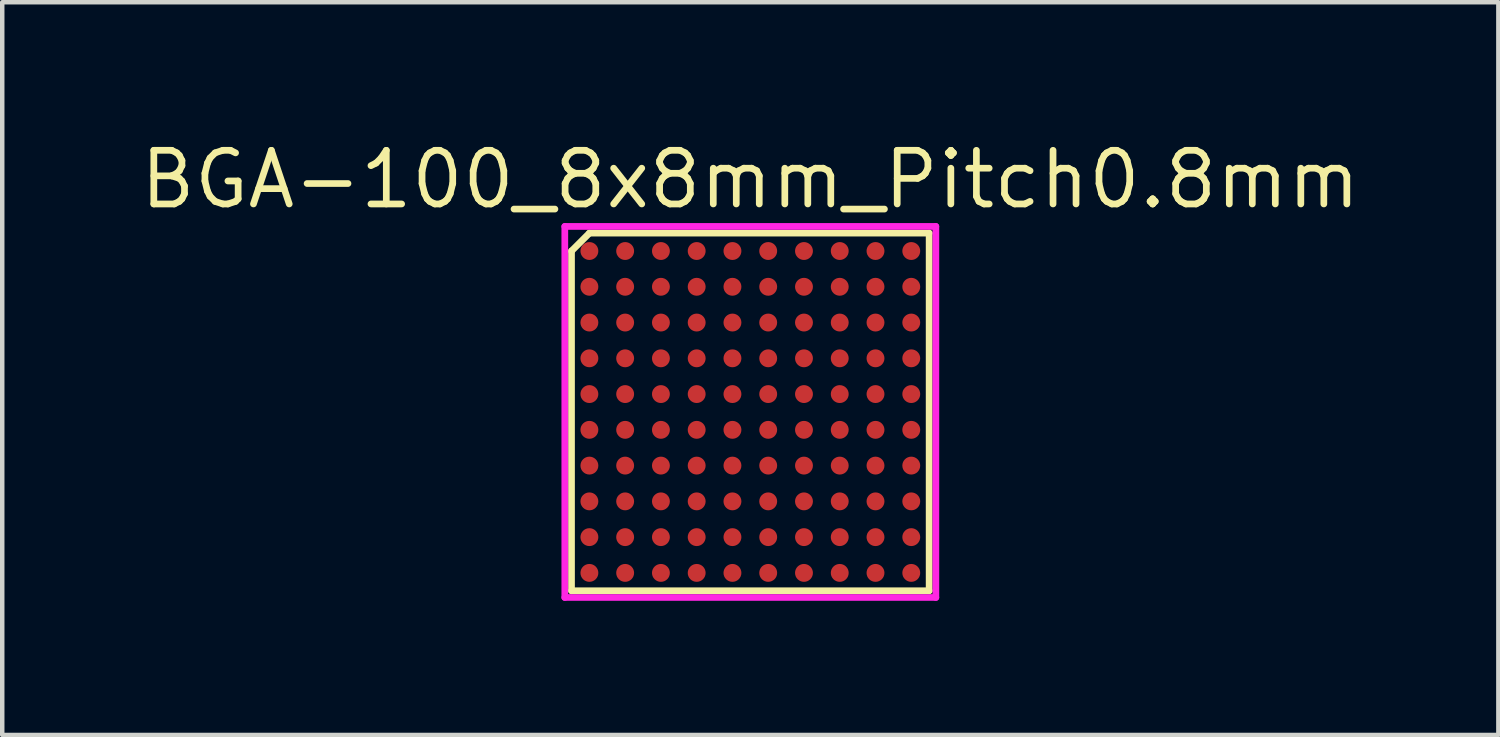
<source format=kicad_pcb>
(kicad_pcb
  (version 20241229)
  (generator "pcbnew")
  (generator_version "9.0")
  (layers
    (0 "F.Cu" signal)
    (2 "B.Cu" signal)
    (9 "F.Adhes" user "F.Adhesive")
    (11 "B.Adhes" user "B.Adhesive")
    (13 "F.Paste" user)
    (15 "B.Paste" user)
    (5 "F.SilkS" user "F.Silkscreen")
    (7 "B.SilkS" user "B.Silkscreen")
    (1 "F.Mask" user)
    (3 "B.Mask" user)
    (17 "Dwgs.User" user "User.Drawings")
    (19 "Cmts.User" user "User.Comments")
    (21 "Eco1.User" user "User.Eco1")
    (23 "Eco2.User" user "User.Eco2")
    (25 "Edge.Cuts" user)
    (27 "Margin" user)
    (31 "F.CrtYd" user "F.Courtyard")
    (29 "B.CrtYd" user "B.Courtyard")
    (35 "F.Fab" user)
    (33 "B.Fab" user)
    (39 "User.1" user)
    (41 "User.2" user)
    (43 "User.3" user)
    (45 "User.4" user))
  (footprint "BGA-100_8x8mm_Pitch0.8mm"
    (layer "F.Cu")
    (at 13.734 6.165)
    (property "Reference" "BGA-100_8x8mm_Pitch0.8mm" (at 0 -5.2 0) (layer "F.SilkS") (effects (font (size 1.2 1.2) (thickness 0.15))))
    (attr through_hole)
    (fp_line (start -4 -3.6) (end -4 4) (stroke (width 0.15) (type solid)) (layer "F.SilkS"))
    (fp_line (start -4 4) (end 4 4) (stroke (width 0.15) (type solid)) (layer "F.SilkS"))
    (fp_line (start -3.6 -4) (end -4 -3.6) (stroke (width 0.15) (type solid)) (layer "F.SilkS"))
    (fp_line (start 4 -4) (end -3.6 -4) (stroke (width 0.15) (type solid)) (layer "F.SilkS"))
    (fp_line (start 4 4) (end 4 -4) (stroke (width 0.15) (type solid)) (layer "F.SilkS"))
    (fp_line (start -4.15 -4.15) (end 4.15 -4.15) (stroke (width 0.15) (type solid)) (layer "F.CrtYd"))
    (fp_line (start -4.15 4.15) (end -4.15 -4.15) (stroke (width 0.15) (type solid)) (layer "F.CrtYd"))
    (fp_line (start 4.15 -4.15) (end 4.15 4.15) (stroke (width 0.15) (type solid)) (layer "F.CrtYd"))
    (fp_line (start 4.15 4.15) (end -4.15 4.15) (stroke (width 0.15) (type solid)) (layer "F.CrtYd"))
    (pad "A1" smd circle (at -3.6 -3.6) (size 0.4 0.4) (layers "F.Cu" "F.Mask" "F.Paste"))
    (pad "A2" smd circle (at -2.8 -3.6) (size 0.4 0.4) (layers "F.Cu" "F.Mask" "F.Paste"))
    (pad "A3" smd circle (at -2 -3.6) (size 0.4 0.4) (layers "F.Cu" "F.Mask" "F.Paste"))
    (pad "A4" smd circle (at -1.2 -3.6) (size 0.4 0.4) (layers "F.Cu" "F.Mask" "F.Paste"))
    (pad "A5" smd circle (at -0.4 -3.6) (size 0.4 0.4) (layers "F.Cu" "F.Mask" "F.Paste"))
    (pad "A6" smd circle (at 0.4 -3.6) (size 0.4 0.4) (layers "F.Cu" "F.Mask" "F.Paste"))
    (pad "A7" smd circle (at 1.2 -3.6) (size 0.4 0.4) (layers "F.Cu" "F.Mask" "F.Paste"))
    (pad "A8" smd circle (at 2 -3.6) (size 0.4 0.4) (layers "F.Cu" "F.Mask" "F.Paste"))
    (pad "A9" smd circle (at 2.8 -3.6) (size 0.4 0.4) (layers "F.Cu" "F.Mask" "F.Paste"))
    (pad "A10" smd circle (at 3.6 -3.6) (size 0.4 0.4) (layers "F.Cu" "F.Mask" "F.Paste"))
    (pad "B1" smd circle (at -3.6 -2.8) (size 0.4 0.4) (layers "F.Cu" "F.Mask" "F.Paste"))
    (pad "B2" smd circle (at -2.8 -2.8) (size 0.4 0.4) (layers "F.Cu" "F.Mask" "F.Paste"))
    (pad "B3" smd circle (at -2 -2.8) (size 0.4 0.4) (layers "F.Cu" "F.Mask" "F.Paste"))
    (pad "B4" smd circle (at -1.2 -2.8) (size 0.4 0.4) (layers "F.Cu" "F.Mask" "F.Paste"))
    (pad "B5" smd circle (at -0.4 -2.8) (size 0.4 0.4) (layers "F.Cu" "F.Mask" "F.Paste"))
    (pad "B6" smd circle (at 0.4 -2.8) (size 0.4 0.4) (layers "F.Cu" "F.Mask" "F.Paste"))
    (pad "B7" smd circle (at 1.2 -2.8) (size 0.4 0.4) (layers "F.Cu" "F.Mask" "F.Paste"))
    (pad "B8" smd circle (at 2 -2.8) (size 0.4 0.4) (layers "F.Cu" "F.Mask" "F.Paste"))
    (pad "B9" smd circle (at 2.8 -2.8) (size 0.4 0.4) (layers "F.Cu" "F.Mask" "F.Paste"))
    (pad "B10" smd circle (at 3.6 -2.8) (size 0.4 0.4) (layers "F.Cu" "F.Mask" "F.Paste"))
    (pad "C1" smd circle (at -3.6 -2) (size 0.4 0.4) (layers "F.Cu" "F.Mask" "F.Paste"))
    (pad "C2" smd circle (at -2.8 -2) (size 0.4 0.4) (layers "F.Cu" "F.Mask" "F.Paste"))
    (pad "C3" smd circle (at -2 -2) (size 0.4 0.4) (layers "F.Cu" "F.Mask" "F.Paste"))
    (pad "C4" smd circle (at -1.2 -2) (size 0.4 0.4) (layers "F.Cu" "F.Mask" "F.Paste"))
    (pad "C5" smd circle (at -0.4 -2) (size 0.4 0.4) (layers "F.Cu" "F.Mask" "F.Paste"))
    (pad "C6" smd circle (at 0.4 -2) (size 0.4 0.4) (layers "F.Cu" "F.Mask" "F.Paste"))
    (pad "C7" smd circle (at 1.2 -2) (size 0.4 0.4) (layers "F.Cu" "F.Mask" "F.Paste"))
    (pad "C8" smd circle (at 2 -2) (size 0.4 0.4) (layers "F.Cu" "F.Mask" "F.Paste"))
    (pad "C9" smd circle (at 2.8 -2) (size 0.4 0.4) (layers "F.Cu" "F.Mask" "F.Paste"))
    (pad "C10" smd circle (at 3.6 -2) (size 0.4 0.4) (layers "F.Cu" "F.Mask" "F.Paste"))
    (pad "D1" smd circle (at -3.6 -1.2) (size 0.4 0.4) (layers "F.Cu" "F.Mask" "F.Paste"))
    (pad "D2" smd circle (at -2.8 -1.2) (size 0.4 0.4) (layers "F.Cu" "F.Mask" "F.Paste"))
    (pad "D3" smd circle (at -2 -1.2) (size 0.4 0.4) (layers "F.Cu" "F.Mask" "F.Paste"))
    (pad "D4" smd circle (at -1.2 -1.2) (size 0.4 0.4) (layers "F.Cu" "F.Mask" "F.Paste"))
    (pad "D5" smd circle (at -0.4 -1.2) (size 0.4 0.4) (layers "F.Cu" "F.Mask" "F.Paste"))
    (pad "D6" smd circle (at 0.4 -1.2) (size 0.4 0.4) (layers "F.Cu" "F.Mask" "F.Paste"))
    (pad "D7" smd circle (at 1.2 -1.2) (size 0.4 0.4) (layers "F.Cu" "F.Mask" "F.Paste"))
    (pad "D8" smd circle (at 2 -1.2) (size 0.4 0.4) (layers "F.Cu" "F.Mask" "F.Paste"))
    (pad "D9" smd circle (at 2.8 -1.2) (size 0.4 0.4) (layers "F.Cu" "F.Mask" "F.Paste"))
    (pad "D10" smd circle (at 3.6 -1.2) (size 0.4 0.4) (layers "F.Cu" "F.Mask" "F.Paste"))
    (pad "E1" smd circle (at -3.6 -0.4) (size 0.4 0.4) (layers "F.Cu" "F.Mask" "F.Paste"))
    (pad "E2" smd circle (at -2.8 -0.4) (size 0.4 0.4) (layers "F.Cu" "F.Mask" "F.Paste"))
    (pad "E3" smd circle (at -2 -0.4) (size 0.4 0.4) (layers "F.Cu" "F.Mask" "F.Paste"))
    (pad "E4" smd circle (at -1.2 -0.4) (size 0.4 0.4) (layers "F.Cu" "F.Mask" "F.Paste"))
    (pad "E5" smd circle (at -0.4 -0.4) (size 0.4 0.4) (layers "F.Cu" "F.Mask" "F.Paste"))
    (pad "E6" smd circle (at 0.4 -0.4) (size 0.4 0.4) (layers "F.Cu" "F.Mask" "F.Paste"))
    (pad "E7" smd circle (at 1.2 -0.4) (size 0.4 0.4) (layers "F.Cu" "F.Mask" "F.Paste"))
    (pad "E8" smd circle (at 2 -0.4) (size 0.4 0.4) (layers "F.Cu" "F.Mask" "F.Paste"))
    (pad "E9" smd circle (at 2.8 -0.4) (size 0.4 0.4) (layers "F.Cu" "F.Mask" "F.Paste"))
    (pad "E10" smd circle (at 3.6 -0.4) (size 0.4 0.4) (layers "F.Cu" "F.Mask" "F.Paste"))
    (pad "F1" smd circle (at -3.6 0.4) (size 0.4 0.4) (layers "F.Cu" "F.Mask" "F.Paste"))
    (pad "F2" smd circle (at -2.8 0.4) (size 0.4 0.4) (layers "F.Cu" "F.Mask" "F.Paste"))
    (pad "F3" smd circle (at -2 0.4) (size 0.4 0.4) (layers "F.Cu" "F.Mask" "F.Paste"))
    (pad "F4" smd circle (at -1.2 0.4) (size 0.4 0.4) (layers "F.Cu" "F.Mask" "F.Paste"))
    (pad "F5" smd circle (at -0.4 0.4) (size 0.4 0.4) (layers "F.Cu" "F.Mask" "F.Paste"))
    (pad "F6" smd circle (at 0.4 0.4) (size 0.4 0.4) (layers "F.Cu" "F.Mask" "F.Paste"))
    (pad "F7" smd circle (at 1.2 0.4) (size 0.4 0.4) (layers "F.Cu" "F.Mask" "F.Paste"))
    (pad "F8" smd circle (at 2 0.4) (size 0.4 0.4) (layers "F.Cu" "F.Mask" "F.Paste"))
    (pad "F9" smd circle (at 2.8 0.4) (size 0.4 0.4) (layers "F.Cu" "F.Mask" "F.Paste"))
    (pad "F10" smd circle (at 3.6 0.4) (size 0.4 0.4) (layers "F.Cu" "F.Mask" "F.Paste"))
    (pad "G1" smd circle (at -3.6 1.2) (size 0.4 0.4) (layers "F.Cu" "F.Mask" "F.Paste"))
    (pad "G2" smd circle (at -2.8 1.2) (size 0.4 0.4) (layers "F.Cu" "F.Mask" "F.Paste"))
    (pad "G3" smd circle (at -2 1.2) (size 0.4 0.4) (layers "F.Cu" "F.Mask" "F.Paste"))
    (pad "G4" smd circle (at -1.2 1.2) (size 0.4 0.4) (layers "F.Cu" "F.Mask" "F.Paste"))
    (pad "G5" smd circle (at -0.4 1.2) (size 0.4 0.4) (layers "F.Cu" "F.Mask" "F.Paste"))
    (pad "G6" smd circle (at 0.4 1.2) (size 0.4 0.4) (layers "F.Cu" "F.Mask" "F.Paste"))
    (pad "G7" smd circle (at 1.2 1.2) (size 0.4 0.4) (layers "F.Cu" "F.Mask" "F.Paste"))
    (pad "G8" smd circle (at 2 1.2) (size 0.4 0.4) (layers "F.Cu" "F.Mask" "F.Paste"))
    (pad "G9" smd circle (at 2.8 1.2) (size 0.4 0.4) (layers "F.Cu" "F.Mask" "F.Paste"))
    (pad "G10" smd circle (at 3.6 1.2) (size 0.4 0.4) (layers "F.Cu" "F.Mask" "F.Paste"))
    (pad "H1" smd circle (at -3.6 2) (size 0.4 0.4) (layers "F.Cu" "F.Mask" "F.Paste"))
    (pad "H2" smd circle (at -2.8 2) (size 0.4 0.4) (layers "F.Cu" "F.Mask" "F.Paste"))
    (pad "H3" smd circle (at -2 2) (size 0.4 0.4) (layers "F.Cu" "F.Mask" "F.Paste"))
    (pad "H4" smd circle (at -1.2 2) (size 0.4 0.4) (layers "F.Cu" "F.Mask" "F.Paste"))
    (pad "H5" smd circle (at -0.4 2) (size 0.4 0.4) (layers "F.Cu" "F.Mask" "F.Paste"))
    (pad "H6" smd circle (at 0.4 2) (size 0.4 0.4) (layers "F.Cu" "F.Mask" "F.Paste"))
    (pad "H7" smd circle (at 1.2 2) (size 0.4 0.4) (layers "F.Cu" "F.Mask" "F.Paste"))
    (pad "H8" smd circle (at 2 2) (size 0.4 0.4) (layers "F.Cu" "F.Mask" "F.Paste"))
    (pad "H9" smd circle (at 2.8 2) (size 0.4 0.4) (layers "F.Cu" "F.Mask" "F.Paste"))
    (pad "H10" smd circle (at 3.6 2) (size 0.4 0.4) (layers "F.Cu" "F.Mask" "F.Paste"))
    (pad "J1" smd circle (at -3.6 2.8) (size 0.4 0.4) (layers "F.Cu" "F.Mask" "F.Paste"))
    (pad "J2" smd circle (at -2.8 2.8) (size 0.4 0.4) (layers "F.Cu" "F.Mask" "F.Paste"))
    (pad "J3" smd circle (at -2 2.8) (size 0.4 0.4) (layers "F.Cu" "F.Mask" "F.Paste"))
    (pad "J4" smd circle (at -1.2 2.8) (size 0.4 0.4) (layers "F.Cu" "F.Mask" "F.Paste"))
    (pad "J5" smd circle (at -0.4 2.8) (size 0.4 0.4) (layers "F.Cu" "F.Mask" "F.Paste"))
    (pad "J6" smd circle (at 0.4 2.8) (size 0.4 0.4) (layers "F.Cu" "F.Mask" "F.Paste"))
    (pad "J7" smd circle (at 1.2 2.8) (size 0.4 0.4) (layers "F.Cu" "F.Mask" "F.Paste"))
    (pad "J8" smd circle (at 2 2.8) (size 0.4 0.4) (layers "F.Cu" "F.Mask" "F.Paste"))
    (pad "J9" smd circle (at 2.8 2.8) (size 0.4 0.4) (layers "F.Cu" "F.Mask" "F.Paste"))
    (pad "J10" smd circle (at 3.6 2.8) (size 0.4 0.4) (layers "F.Cu" "F.Mask" "F.Paste"))
    (pad "K1" smd circle (at -3.6 3.6) (size 0.4 0.4) (layers "F.Cu" "F.Mask" "F.Paste"))
    (pad "K2" smd circle (at -2.8 3.6) (size 0.4 0.4) (layers "F.Cu" "F.Mask" "F.Paste"))
    (pad "K3" smd circle (at -2 3.6) (size 0.4 0.4) (layers "F.Cu" "F.Mask" "F.Paste"))
    (pad "K4" smd circle (at -1.2 3.6) (size 0.4 0.4) (layers "F.Cu" "F.Mask" "F.Paste"))
    (pad "K5" smd circle (at -0.4 3.6) (size 0.4 0.4) (layers "F.Cu" "F.Mask" "F.Paste"))
    (pad "K6" smd circle (at 0.4 3.6) (size 0.4 0.4) (layers "F.Cu" "F.Mask" "F.Paste"))
    (pad "K7" smd circle (at 1.2 3.6) (size 0.4 0.4) (layers "F.Cu" "F.Mask" "F.Paste"))
    (pad "K8" smd circle (at 2 3.6) (size 0.4 0.4) (layers "F.Cu" "F.Mask" "F.Paste"))
    (pad "K9" smd circle (at 2.8 3.6) (size 0.4 0.4) (layers "F.Cu" "F.Mask" "F.Paste"))
    (pad "K10" smd circle (at 3.6 3.6) (size 0.4 0.4) (layers "F.Cu" "F.Mask" "F.Paste")))
  (gr_rect
    (start -3 -3)
    (end 30.467 13.39)
    (stroke (width 0.1) (type default))
    (fill no)
    (layer "Edge.Cuts")))
</source>
